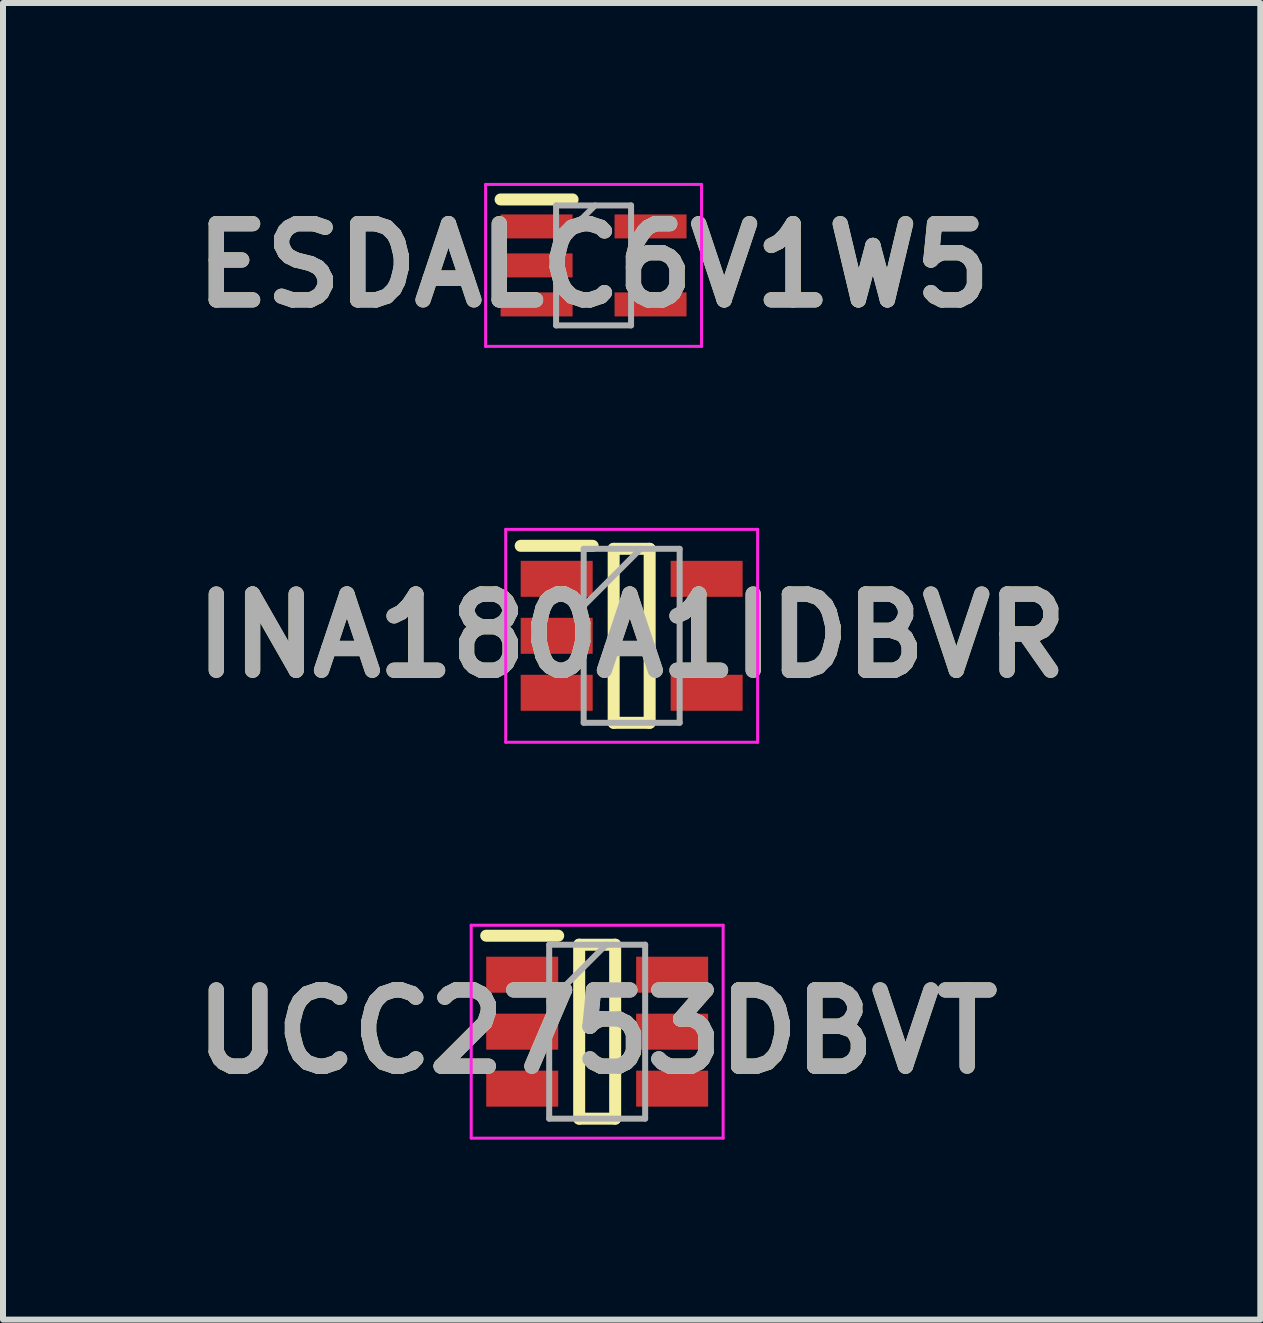
<source format=kicad_pcb>
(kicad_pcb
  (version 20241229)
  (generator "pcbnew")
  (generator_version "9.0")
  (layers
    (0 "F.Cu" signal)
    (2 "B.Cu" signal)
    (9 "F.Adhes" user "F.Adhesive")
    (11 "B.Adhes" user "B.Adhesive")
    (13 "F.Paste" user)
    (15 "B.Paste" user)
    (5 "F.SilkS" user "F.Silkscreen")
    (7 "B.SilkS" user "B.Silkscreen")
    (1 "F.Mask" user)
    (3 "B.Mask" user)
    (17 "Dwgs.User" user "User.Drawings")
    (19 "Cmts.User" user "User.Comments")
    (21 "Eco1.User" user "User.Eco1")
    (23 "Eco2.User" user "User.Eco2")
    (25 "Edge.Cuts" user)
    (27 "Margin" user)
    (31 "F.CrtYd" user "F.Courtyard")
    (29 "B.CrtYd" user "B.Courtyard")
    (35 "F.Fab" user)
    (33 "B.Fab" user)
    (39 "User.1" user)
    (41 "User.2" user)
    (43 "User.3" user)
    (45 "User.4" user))
  (footprint "UCC2753DBVT"
    (layer "F.Cu")
    (at 6.906 14.15)
    (property "Reference" "UCC2753DBVT" (at 0 0 0) (layer "F.SilkS") (effects (font (size 1.27 1.27) (thickness 0.254))))
    (attr smd)
    (fp_line (start -1.85 -1.6) (end -0.65 -1.6) (stroke (width 0.2) (type solid)) (layer "F.SilkS"))
    (fp_line (start -0.3 -1.45) (end 0.3 -1.45) (stroke (width 0.2) (type solid)) (layer "F.SilkS"))
    (fp_line (start -0.3 1.45) (end -0.3 -1.45) (stroke (width 0.2) (type solid)) (layer "F.SilkS"))
    (fp_line (start 0.3 -1.45) (end 0.3 1.45) (stroke (width 0.2) (type solid)) (layer "F.SilkS"))
    (fp_line (start 0.3 1.45) (end -0.3 1.45) (stroke (width 0.2) (type solid)) (layer "F.SilkS"))
    (fp_line (start -2.1 -1.775) (end 2.1 -1.775) (stroke (width 0.05) (type solid)) (layer "F.CrtYd"))
    (fp_line (start -2.1 1.775) (end -2.1 -1.775) (stroke (width 0.05) (type solid)) (layer "F.CrtYd"))
    (fp_line (start 2.1 -1.775) (end 2.1 1.775) (stroke (width 0.05) (type solid)) (layer "F.CrtYd"))
    (fp_line (start 2.1 1.775) (end -2.1 1.775) (stroke (width 0.05) (type solid)) (layer "F.CrtYd"))
    (fp_line (start -0.8 -1.45) (end 0.8 -1.45) (stroke (width 0.1) (type solid)) (layer "F.Fab"))
    (fp_line (start -0.8 -0.5) (end 0.15 -1.45) (stroke (width 0.1) (type solid)) (layer "F.Fab"))
    (fp_line (start -0.8 1.45) (end -0.8 -1.45) (stroke (width 0.1) (type solid)) (layer "F.Fab"))
    (fp_line (start 0.8 -1.45) (end 0.8 1.45) (stroke (width 0.1) (type solid)) (layer "F.Fab"))
    (fp_line (start 0.8 1.45) (end -0.8 1.45) (stroke (width 0.1) (type solid)) (layer "F.Fab"))
    (fp_text user "${REFERENCE}" (at 0 0 0) (layer "F.Fab") (effects (font (size 1.27 1.27) (thickness 0.254))))
    (pad "1" smd rect (at -1.25 -0.95 90) (size 0.6 1.2) (layers "F.Cu" "F.Mask" "F.Paste"))
    (pad "2" smd rect (at -1.25 0 90) (size 0.6 1.2) (layers "F.Cu" "F.Mask" "F.Paste"))
    (pad "3" smd rect (at -1.25 0.95 90) (size 0.6 1.2) (layers "F.Cu" "F.Mask" "F.Paste"))
    (pad "4" smd rect (at 1.25 0.95 90) (size 0.6 1.2) (layers "F.Cu" "F.Mask" "F.Paste"))
    (pad "5" smd rect (at 1.25 0 90) (size 0.6 1.2) (layers "F.Cu" "F.Mask" "F.Paste"))
    (pad "6" smd rect (at 1.25 -0.95 90) (size 0.6 1.2) (layers "F.Cu" "F.Mask" "F.Paste")))
  (footprint "INA180A1IDBVR"
    (layer "F.Cu")
    (at 7.481 7.55)
    (property "Reference" "INA180A1IDBVR" (at 0 0 0) (layer "F.SilkS") (effects (font (size 1.27 1.27) (thickness 0.254))))
    (attr smd)
    (fp_line (start -1.85 -1.5) (end -0.65 -1.5) (stroke (width 0.2) (type solid)) (layer "F.SilkS"))
    (fp_line (start -0.3 -1.45) (end 0.3 -1.45) (stroke (width 0.2) (type solid)) (layer "F.SilkS"))
    (fp_line (start -0.3 1.45) (end -0.3 -1.45) (stroke (width 0.2) (type solid)) (layer "F.SilkS"))
    (fp_line (start 0.3 -1.45) (end 0.3 1.45) (stroke (width 0.2) (type solid)) (layer "F.SilkS"))
    (fp_line (start 0.3 1.45) (end -0.3 1.45) (stroke (width 0.2) (type solid)) (layer "F.SilkS"))
    (fp_line (start -2.1 -1.775) (end 2.1 -1.775) (stroke (width 0.05) (type solid)) (layer "F.CrtYd"))
    (fp_line (start -2.1 1.775) (end -2.1 -1.775) (stroke (width 0.05) (type solid)) (layer "F.CrtYd"))
    (fp_line (start 2.1 -1.775) (end 2.1 1.775) (stroke (width 0.05) (type solid)) (layer "F.CrtYd"))
    (fp_line (start 2.1 1.775) (end -2.1 1.775) (stroke (width 0.05) (type solid)) (layer "F.CrtYd"))
    (fp_line (start -0.8 -1.45) (end 0.8 -1.45) (stroke (width 0.1) (type solid)) (layer "F.Fab"))
    (fp_line (start -0.8 -0.5) (end 0.15 -1.45) (stroke (width 0.1) (type solid)) (layer "F.Fab"))
    (fp_line (start -0.8 1.45) (end -0.8 -1.45) (stroke (width 0.1) (type solid)) (layer "F.Fab"))
    (fp_line (start 0.8 -1.45) (end 0.8 1.45) (stroke (width 0.1) (type solid)) (layer "F.Fab"))
    (fp_line (start 0.8 1.45) (end -0.8 1.45) (stroke (width 0.1) (type solid)) (layer "F.Fab"))
    (fp_text user "${REFERENCE}" (at 0 0 0) (layer "F.Fab") (effects (font (size 1.27 1.27) (thickness 0.254))))
    (pad "1" smd rect (at -1.25 -0.95 90) (size 0.6 1.2) (layers "F.Cu" "F.Mask" "F.Paste"))
    (pad "2" smd rect (at -1.25 0 90) (size 0.6 1.2) (layers "F.Cu" "F.Mask" "F.Paste"))
    (pad "3" smd rect (at -1.25 0.95 90) (size 0.6 1.2) (layers "F.Cu" "F.Mask" "F.Paste"))
    (pad "4" smd rect (at 1.25 0.95 90) (size 0.6 1.2) (layers "F.Cu" "F.Mask" "F.Paste"))
    (pad "5" smd rect (at 1.25 -0.95 90) (size 0.6 1.2) (layers "F.Cu" "F.Mask" "F.Paste")))
  (footprint "ESDALC6V1W5"
    (layer "F.Cu")
    (at 6.846 1.375)
    (property "Reference" "ESDALC6V1W5" (at 0 0 0) (layer "F.SilkS") (effects (font (size 1.27 1.27) (thickness 0.254))))
    (attr smd)
    (fp_line (start -1.55 -1.1) (end -0.35 -1.1) (stroke (width 0.2) (type solid)) (layer "F.SilkS"))
    (fp_line (start -1.8 -1.35) (end 1.8 -1.35) (stroke (width 0.05) (type solid)) (layer "F.CrtYd"))
    (fp_line (start -1.8 1.35) (end -1.8 -1.35) (stroke (width 0.05) (type solid)) (layer "F.CrtYd"))
    (fp_line (start 1.8 -1.35) (end 1.8 1.35) (stroke (width 0.05) (type solid)) (layer "F.CrtYd"))
    (fp_line (start 1.8 1.35) (end -1.8 1.35) (stroke (width 0.05) (type solid)) (layer "F.CrtYd"))
    (fp_line (start -0.625 -1) (end 0.625 -1) (stroke (width 0.1) (type solid)) (layer "F.Fab"))
    (fp_line (start -0.625 -0.35) (end 0.025 -1) (stroke (width 0.1) (type solid)) (layer "F.Fab"))
    (fp_line (start -0.625 1) (end -0.625 -1) (stroke (width 0.1) (type solid)) (layer "F.Fab"))
    (fp_line (start 0.625 -1) (end 0.625 1) (stroke (width 0.1) (type solid)) (layer "F.Fab"))
    (fp_line (start 0.625 1) (end -0.625 1) (stroke (width 0.1) (type solid)) (layer "F.Fab"))
    (fp_text user "${REFERENCE}" (at 0 0 0) (layer "F.Fab") (effects (font (size 1.27 1.27) (thickness 0.254))))
    (pad "1" smd rect (at -0.95 -0.65 90) (size 0.4 1.2) (layers "F.Cu" "F.Mask" "F.Paste"))
    (pad "2" smd rect (at -0.95 0 90) (size 0.4 1.2) (layers "F.Cu" "F.Mask" "F.Paste"))
    (pad "3" smd rect (at -0.95 0.65 90) (size 0.4 1.2) (layers "F.Cu" "F.Mask" "F.Paste"))
    (pad "4" smd rect (at 0.95 0.65 90) (size 0.4 1.2) (layers "F.Cu" "F.Mask" "F.Paste"))
    (pad "5" smd rect (at 0.95 -0.65 90) (size 0.4 1.2) (layers "F.Cu" "F.Mask" "F.Paste")))
  (gr_rect
    (start -3 -3)
    (end 17.962 18.95)
    (stroke (width 0.1) (type default))
    (fill no)
    (layer "Edge.Cuts")))
</source>
